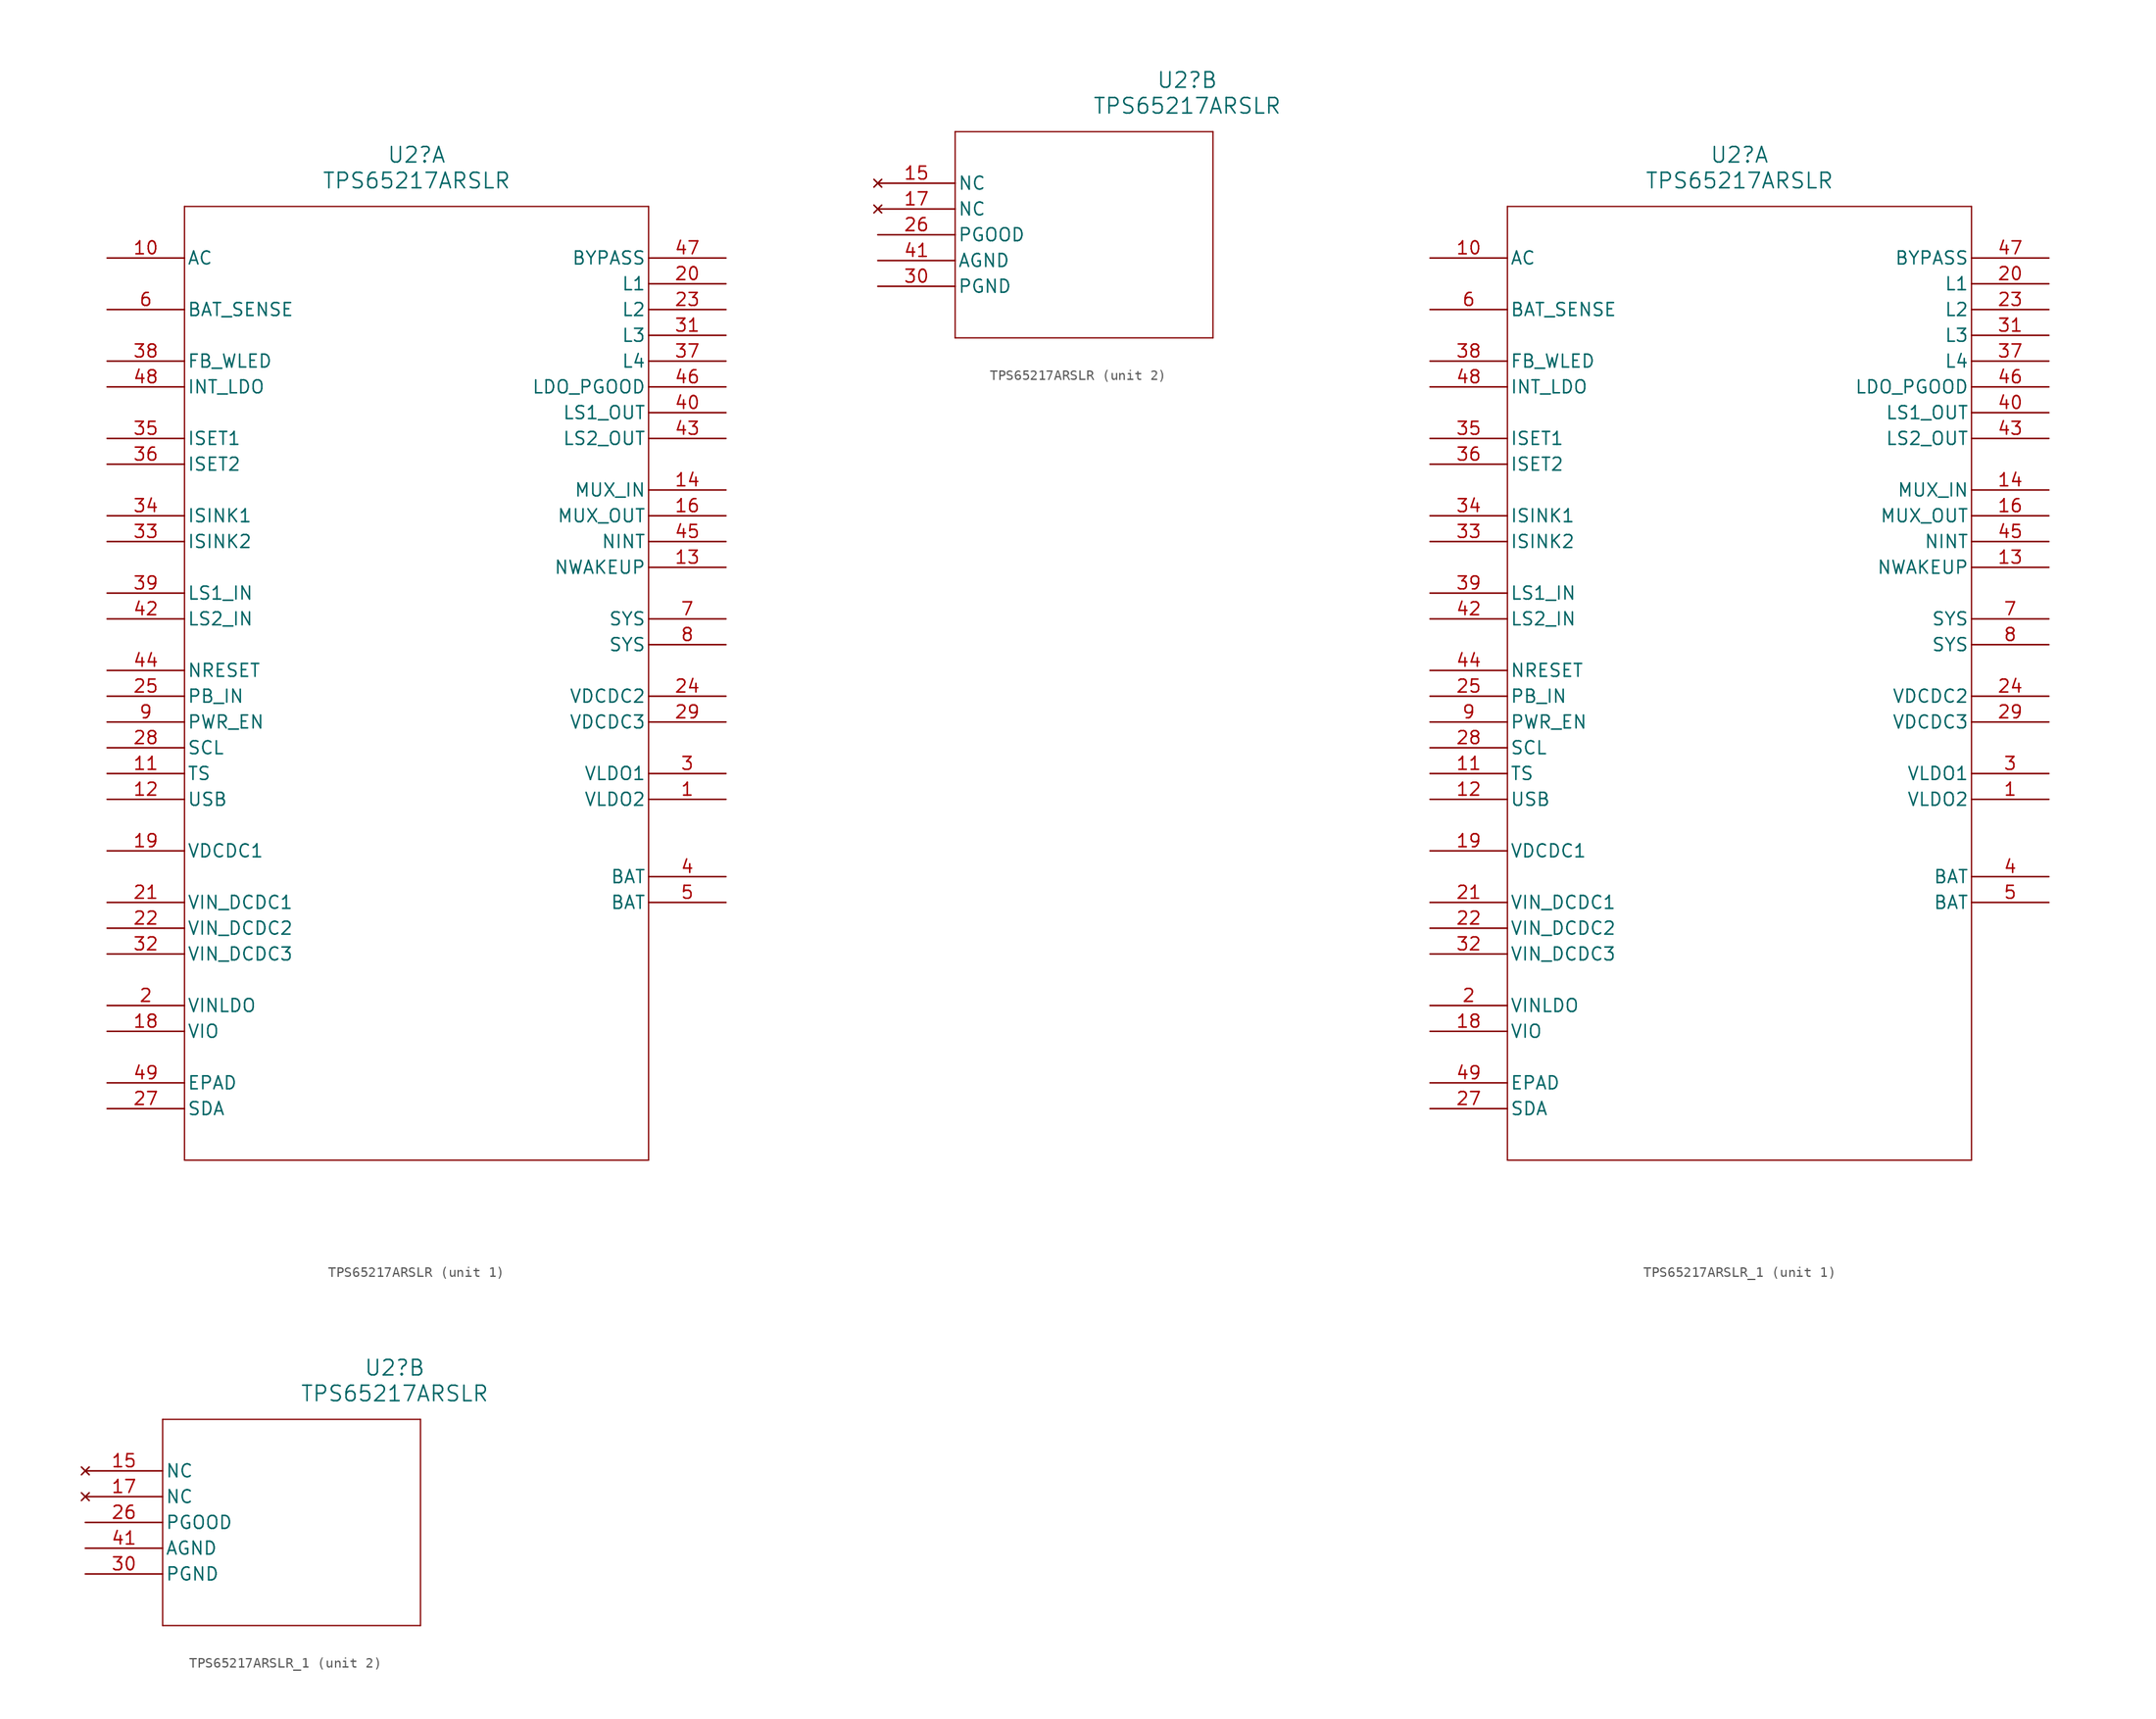
<source format=kicad_sym>
(kicad_symbol_lib
  (version 20231120)
  (generator "kicad_symbol_editor")
  (generator_version "8.0")
  (symbol "TPS65217ARSLR"
    (pin_names
      (offset 0.254))
    (property "Reference" "U2"
      (at 30.48 10.16 0)
      (effects (font (size 1.524 1.524))))
    (property "Value" "TPS65217ARSLR"
      (at 30.48 7.62 0)
      (effects (font (size 1.524 1.524))))
    (property "ki_locked" ""
      (at 0 0 0)
      (effects (font (size 1.27 1.27))))
    (symbol "TPS65217ARSLR_1_1"
      (polyline (pts (xy 7.62 -88.9) (xy 53.34 -88.9)) (stroke (width 0.127) (type default)) (fill (type none)))
      (polyline (pts (xy 7.62 5.08) (xy 7.62 -88.9)) (stroke (width 0.127) (type default)) (fill (type none)))
      (polyline (pts (xy 53.34 -88.9) (xy 53.34 5.08)) (stroke (width 0.127) (type default)) (fill (type none)))
      (polyline (pts (xy 53.34 5.08) (xy 7.62 5.08)) (stroke (width 0.127) (type default)) (fill (type none)))
      (pin power_out line (at 60.96 -53.34 180) (length 7.62) (name "VLDO2" (effects (font (size 1.27 1.27)))) (number "1" (effects (font (size 1.27 1.27)))))
      (pin input line (at 0 0 0) (length 7.62) (name "AC" (effects (font (size 1.27 1.27)))) (number "10" (effects (font (size 1.27 1.27)))))
      (pin input line (at 0 -50.8 0) (length 7.62) (name "TS" (effects (font (size 1.27 1.27)))) (number "11" (effects (font (size 1.27 1.27)))))
      (pin input line (at 0 -53.34 0) (length 7.62) (name "USB" (effects (font (size 1.27 1.27)))) (number "12" (effects (font (size 1.27 1.27)))))
      (pin output line (at 60.96 -30.48 180) (length 7.62) (name "NWAKEUP" (effects (font (size 1.27 1.27)))) (number "13" (effects (font (size 1.27 1.27)))))
      (pin output line (at 60.96 -22.86 180) (length 7.62) (name "MUX_IN" (effects (font (size 1.27 1.27)))) (number "14" (effects (font (size 1.27 1.27)))))
      (pin output line (at 60.96 -25.4 180) (length 7.62) (name "MUX_OUT" (effects (font (size 1.27 1.27)))) (number "16" (effects (font (size 1.27 1.27)))))
      (pin input line (at 0 -76.2 0) (length 7.62) (name "VIO" (effects (font (size 1.27 1.27)))) (number "18" (effects (font (size 1.27 1.27)))))
      (pin input line (at 0 -58.42 0) (length 7.62) (name "VDCDC1" (effects (font (size 1.27 1.27)))) (number "19" (effects (font (size 1.27 1.27)))))
      (pin input line (at 0 -73.66 0) (length 7.62) (name "VINLDO" (effects (font (size 1.27 1.27)))) (number "2" (effects (font (size 1.27 1.27)))))
      (pin output line (at 60.96 -2.54 180) (length 7.62) (name "L1" (effects (font (size 1.27 1.27)))) (number "20" (effects (font (size 1.27 1.27)))))
      (pin input line (at 0 -63.5 0) (length 7.62) (name "VIN_DCDC1" (effects (font (size 1.27 1.27)))) (number "21" (effects (font (size 1.27 1.27)))))
      (pin input line (at 0 -66.04 0) (length 7.62) (name "VIN_DCDC2" (effects (font (size 1.27 1.27)))) (number "22" (effects (font (size 1.27 1.27)))))
      (pin output line (at 60.96 -5.08 180) (length 7.62) (name "L2" (effects (font (size 1.27 1.27)))) (number "23" (effects (font (size 1.27 1.27)))))
      (pin power_out line (at 60.96 -43.18 180) (length 7.62) (name "VDCDC2" (effects (font (size 1.27 1.27)))) (number "24" (effects (font (size 1.27 1.27)))))
      (pin input line (at 0 -43.18 0) (length 7.62) (name "PB_IN" (effects (font (size 1.27 1.27)))) (number "25" (effects (font (size 1.27 1.27)))))
      (pin bidirectional line (at 0 -83.82 0) (length 7.62) (name "SDA" (effects (font (size 1.27 1.27)))) (number "27" (effects (font (size 1.27 1.27)))))
      (pin input line (at 0 -48.26 0) (length 7.62) (name "SCL" (effects (font (size 1.27 1.27)))) (number "28" (effects (font (size 1.27 1.27)))))
      (pin power_out line (at 60.96 -45.72 180) (length 7.62) (name "VDCDC3" (effects (font (size 1.27 1.27)))) (number "29" (effects (font (size 1.27 1.27)))))
      (pin power_out line (at 60.96 -50.8 180) (length 7.62) (name "VLDO1" (effects (font (size 1.27 1.27)))) (number "3" (effects (font (size 1.27 1.27)))))
      (pin output line (at 60.96 -7.62 180) (length 7.62) (name "L3" (effects (font (size 1.27 1.27)))) (number "31" (effects (font (size 1.27 1.27)))))
      (pin input line (at 0 -68.58 0) (length 7.62) (name "VIN_DCDC3" (effects (font (size 1.27 1.27)))) (number "32" (effects (font (size 1.27 1.27)))))
      (pin input line (at 0 -27.94 0) (length 7.62) (name "ISINK2" (effects (font (size 1.27 1.27)))) (number "33" (effects (font (size 1.27 1.27)))))
      (pin input line (at 0 -25.4 0) (length 7.62) (name "ISINK1" (effects (font (size 1.27 1.27)))) (number "34" (effects (font (size 1.27 1.27)))))
      (pin input line (at 0 -17.78 0) (length 7.62) (name "ISET1" (effects (font (size 1.27 1.27)))) (number "35" (effects (font (size 1.27 1.27)))))
      (pin input line (at 0 -20.32 0) (length 7.62) (name "ISET2" (effects (font (size 1.27 1.27)))) (number "36" (effects (font (size 1.27 1.27)))))
      (pin output line (at 60.96 -10.16 180) (length 7.62) (name "L4" (effects (font (size 1.27 1.27)))) (number "37" (effects (font (size 1.27 1.27)))))
      (pin input line (at 0 -10.16 0) (length 7.62) (name "FB_WLED" (effects (font (size 1.27 1.27)))) (number "38" (effects (font (size 1.27 1.27)))))
      (pin input line (at 0 -33.02 0) (length 7.62) (name "LS1_IN" (effects (font (size 1.27 1.27)))) (number "39" (effects (font (size 1.27 1.27)))))
      (pin bidirectional line (at 60.96 -60.96 180) (length 7.62) (name "BAT" (effects (font (size 1.27 1.27)))) (number "4" (effects (font (size 1.27 1.27)))))
      (pin power_out line (at 60.96 -15.24 180) (length 7.62) (name "LS1_OUT" (effects (font (size 1.27 1.27)))) (number "40" (effects (font (size 1.27 1.27)))))
      (pin input line (at 0 -35.56 0) (length 7.62) (name "LS2_IN" (effects (font (size 1.27 1.27)))) (number "42" (effects (font (size 1.27 1.27)))))
      (pin power_out line (at 60.96 -17.78 180) (length 7.62) (name "LS2_OUT" (effects (font (size 1.27 1.27)))) (number "43" (effects (font (size 1.27 1.27)))))
      (pin input line (at 0 -40.64 0) (length 7.62) (name "NRESET" (effects (font (size 1.27 1.27)))) (number "44" (effects (font (size 1.27 1.27)))))
      (pin output line (at 60.96 -27.94 180) (length 7.62) (name "NINT" (effects (font (size 1.27 1.27)))) (number "45" (effects (font (size 1.27 1.27)))))
      (pin output line (at 60.96 -12.7 180) (length 7.62) (name "LDO_PGOOD" (effects (font (size 1.27 1.27)))) (number "46" (effects (font (size 1.27 1.27)))))
      (pin output line (at 60.96 0 180) (length 7.62) (name "BYPASS" (effects (font (size 1.27 1.27)))) (number "47" (effects (font (size 1.27 1.27)))))
      (pin output line (at 0 -12.7 0) (length 7.62) (name "INT_LDO" (effects (font (size 1.27 1.27)))) (number "48" (effects (font (size 1.27 1.27)))))
      (pin power_in line (at 0 -81.28 0) (length 7.62) (name "EPAD" (effects (font (size 1.27 1.27)))) (number "49" (effects (font (size 1.27 1.27)))))
      (pin bidirectional line (at 60.96 -63.5 180) (length 7.62) (name "BAT" (effects (font (size 1.27 1.27)))) (number "5" (effects (font (size 1.27 1.27)))))
      (pin input line (at 0 -5.08 0) (length 7.62) (name "BAT_SENSE" (effects (font (size 1.27 1.27)))) (number "6" (effects (font (size 1.27 1.27)))))
      (pin power_out line (at 60.96 -35.56 180) (length 7.62) (name "SYS" (effects (font (size 1.27 1.27)))) (number "7" (effects (font (size 1.27 1.27)))))
      (pin power_out line (at 60.96 -38.1 180) (length 7.62) (name "SYS" (effects (font (size 1.27 1.27)))) (number "8" (effects (font (size 1.27 1.27)))))
      (pin input line (at 0 -45.72 0) (length 7.62) (name "PWR_EN" (effects (font (size 1.27 1.27)))) (number "9" (effects (font (size 1.27 1.27))))))
    (symbol "TPS65217ARSLR_2_1"
      (polyline (pts (xy 7.62 -15.24) (xy 33.02 -15.24)) (stroke (width 0.127) (type default)) (fill (type none)))
      (polyline (pts (xy 7.62 5.08) (xy 7.62 -15.24)) (stroke (width 0.127) (type default)) (fill (type none)))
      (polyline (pts (xy 33.02 -15.24) (xy 33.02 5.08)) (stroke (width 0.127) (type default)) (fill (type none)))
      (polyline (pts (xy 33.02 5.08) (xy 7.62 5.08)) (stroke (width 0.127) (type default)) (fill (type none)))
      (pin no_connect line (at 0 0 0) (length 7.62) (name "NC" (effects (font (size 1.27 1.27)))) (number "15" (effects (font (size 1.27 1.27)))))
      (pin no_connect line (at 0 -2.54 0) (length 7.62) (name "NC" (effects (font (size 1.27 1.27)))) (number "17" (effects (font (size 1.27 1.27)))))
      (pin output line (at 0 -5.08 0) (length 7.62) (name "PGOOD" (effects (font (size 1.27 1.27)))) (number "26" (effects (font (size 1.27 1.27)))))
      (pin power_in line (at 0 -10.16 0) (length 7.62) (name "PGND" (effects (font (size 1.27 1.27)))) (number "30" (effects (font (size 1.27 1.27)))))
      (pin power_in line (at 0 -7.62 0) (length 7.62) (name "AGND" (effects (font (size 1.27 1.27)))) (number "41" (effects (font (size 1.27 1.27)))))))
  (symbol "TPS65217ARSLR_1"
    (pin_names
      (offset 0.254))
    (property "Reference" "U2"
      (at 30.48 10.16 0)
      (effects (font (size 1.524 1.524))))
    (property "Value" "TPS65217ARSLR"
      (at 30.48 7.62 0)
      (effects (font (size 1.524 1.524))))
    (property "ki_locked" ""
      (at 0 0 0)
      (effects (font (size 1.27 1.27))))
    (symbol "TPS65217ARSLR_1_1_1"
      (polyline (pts (xy 7.62 -88.9) (xy 53.34 -88.9)) (stroke (width 0.127) (type default)) (fill (type none)))
      (polyline (pts (xy 7.62 5.08) (xy 7.62 -88.9)) (stroke (width 0.127) (type default)) (fill (type none)))
      (polyline (pts (xy 53.34 -88.9) (xy 53.34 5.08)) (stroke (width 0.127) (type default)) (fill (type none)))
      (polyline (pts (xy 53.34 5.08) (xy 7.62 5.08)) (stroke (width 0.127) (type default)) (fill (type none)))
      (pin power_out line (at 60.96 -53.34 180) (length 7.62) (name "VLDO2" (effects (font (size 1.27 1.27)))) (number "1" (effects (font (size 1.27 1.27)))))
      (pin input line (at 0 0 0) (length 7.62) (name "AC" (effects (font (size 1.27 1.27)))) (number "10" (effects (font (size 1.27 1.27)))))
      (pin input line (at 0 -50.8 0) (length 7.62) (name "TS" (effects (font (size 1.27 1.27)))) (number "11" (effects (font (size 1.27 1.27)))))
      (pin input line (at 0 -53.34 0) (length 7.62) (name "USB" (effects (font (size 1.27 1.27)))) (number "12" (effects (font (size 1.27 1.27)))))
      (pin output line (at 60.96 -30.48 180) (length 7.62) (name "NWAKEUP" (effects (font (size 1.27 1.27)))) (number "13" (effects (font (size 1.27 1.27)))))
      (pin output line (at 60.96 -22.86 180) (length 7.62) (name "MUX_IN" (effects (font (size 1.27 1.27)))) (number "14" (effects (font (size 1.27 1.27)))))
      (pin output line (at 60.96 -25.4 180) (length 7.62) (name "MUX_OUT" (effects (font (size 1.27 1.27)))) (number "16" (effects (font (size 1.27 1.27)))))
      (pin input line (at 0 -76.2 0) (length 7.62) (name "VIO" (effects (font (size 1.27 1.27)))) (number "18" (effects (font (size 1.27 1.27)))))
      (pin input line (at 0 -58.42 0) (length 7.62) (name "VDCDC1" (effects (font (size 1.27 1.27)))) (number "19" (effects (font (size 1.27 1.27)))))
      (pin input line (at 0 -73.66 0) (length 7.62) (name "VINLDO" (effects (font (size 1.27 1.27)))) (number "2" (effects (font (size 1.27 1.27)))))
      (pin output line (at 60.96 -2.54 180) (length 7.62) (name "L1" (effects (font (size 1.27 1.27)))) (number "20" (effects (font (size 1.27 1.27)))))
      (pin input line (at 0 -63.5 0) (length 7.62) (name "VIN_DCDC1" (effects (font (size 1.27 1.27)))) (number "21" (effects (font (size 1.27 1.27)))))
      (pin input line (at 0 -66.04 0) (length 7.62) (name "VIN_DCDC2" (effects (font (size 1.27 1.27)))) (number "22" (effects (font (size 1.27 1.27)))))
      (pin output line (at 60.96 -5.08 180) (length 7.62) (name "L2" (effects (font (size 1.27 1.27)))) (number "23" (effects (font (size 1.27 1.27)))))
      (pin power_out line (at 60.96 -43.18 180) (length 7.62) (name "VDCDC2" (effects (font (size 1.27 1.27)))) (number "24" (effects (font (size 1.27 1.27)))))
      (pin input line (at 0 -43.18 0) (length 7.62) (name "PB_IN" (effects (font (size 1.27 1.27)))) (number "25" (effects (font (size 1.27 1.27)))))
      (pin bidirectional line (at 0 -83.82 0) (length 7.62) (name "SDA" (effects (font (size 1.27 1.27)))) (number "27" (effects (font (size 1.27 1.27)))))
      (pin input line (at 0 -48.26 0) (length 7.62) (name "SCL" (effects (font (size 1.27 1.27)))) (number "28" (effects (font (size 1.27 1.27)))))
      (pin power_out line (at 60.96 -45.72 180) (length 7.62) (name "VDCDC3" (effects (font (size 1.27 1.27)))) (number "29" (effects (font (size 1.27 1.27)))))
      (pin power_out line (at 60.96 -50.8 180) (length 7.62) (name "VLDO1" (effects (font (size 1.27 1.27)))) (number "3" (effects (font (size 1.27 1.27)))))
      (pin output line (at 60.96 -7.62 180) (length 7.62) (name "L3" (effects (font (size 1.27 1.27)))) (number "31" (effects (font (size 1.27 1.27)))))
      (pin input line (at 0 -68.58 0) (length 7.62) (name "VIN_DCDC3" (effects (font (size 1.27 1.27)))) (number "32" (effects (font (size 1.27 1.27)))))
      (pin input line (at 0 -27.94 0) (length 7.62) (name "ISINK2" (effects (font (size 1.27 1.27)))) (number "33" (effects (font (size 1.27 1.27)))))
      (pin input line (at 0 -25.4 0) (length 7.62) (name "ISINK1" (effects (font (size 1.27 1.27)))) (number "34" (effects (font (size 1.27 1.27)))))
      (pin input line (at 0 -17.78 0) (length 7.62) (name "ISET1" (effects (font (size 1.27 1.27)))) (number "35" (effects (font (size 1.27 1.27)))))
      (pin input line (at 0 -20.32 0) (length 7.62) (name "ISET2" (effects (font (size 1.27 1.27)))) (number "36" (effects (font (size 1.27 1.27)))))
      (pin output line (at 60.96 -10.16 180) (length 7.62) (name "L4" (effects (font (size 1.27 1.27)))) (number "37" (effects (font (size 1.27 1.27)))))
      (pin input line (at 0 -10.16 0) (length 7.62) (name "FB_WLED" (effects (font (size 1.27 1.27)))) (number "38" (effects (font (size 1.27 1.27)))))
      (pin input line (at 0 -33.02 0) (length 7.62) (name "LS1_IN" (effects (font (size 1.27 1.27)))) (number "39" (effects (font (size 1.27 1.27)))))
      (pin bidirectional line (at 60.96 -60.96 180) (length 7.62) (name "BAT" (effects (font (size 1.27 1.27)))) (number "4" (effects (font (size 1.27 1.27)))))
      (pin power_out line (at 60.96 -15.24 180) (length 7.62) (name "LS1_OUT" (effects (font (size 1.27 1.27)))) (number "40" (effects (font (size 1.27 1.27)))))
      (pin input line (at 0 -35.56 0) (length 7.62) (name "LS2_IN" (effects (font (size 1.27 1.27)))) (number "42" (effects (font (size 1.27 1.27)))))
      (pin power_out line (at 60.96 -17.78 180) (length 7.62) (name "LS2_OUT" (effects (font (size 1.27 1.27)))) (number "43" (effects (font (size 1.27 1.27)))))
      (pin input line (at 0 -40.64 0) (length 7.62) (name "NRESET" (effects (font (size 1.27 1.27)))) (number "44" (effects (font (size 1.27 1.27)))))
      (pin output line (at 60.96 -27.94 180) (length 7.62) (name "NINT" (effects (font (size 1.27 1.27)))) (number "45" (effects (font (size 1.27 1.27)))))
      (pin output line (at 60.96 -12.7 180) (length 7.62) (name "LDO_PGOOD" (effects (font (size 1.27 1.27)))) (number "46" (effects (font (size 1.27 1.27)))))
      (pin output line (at 60.96 0 180) (length 7.62) (name "BYPASS" (effects (font (size 1.27 1.27)))) (number "47" (effects (font (size 1.27 1.27)))))
      (pin output line (at 0 -12.7 0) (length 7.62) (name "INT_LDO" (effects (font (size 1.27 1.27)))) (number "48" (effects (font (size 1.27 1.27)))))
      (pin power_in line (at 0 -81.28 0) (length 7.62) (name "EPAD" (effects (font (size 1.27 1.27)))) (number "49" (effects (font (size 1.27 1.27)))))
      (pin bidirectional line (at 60.96 -63.5 180) (length 7.62) (name "BAT" (effects (font (size 1.27 1.27)))) (number "5" (effects (font (size 1.27 1.27)))))
      (pin input line (at 0 -5.08 0) (length 7.62) (name "BAT_SENSE" (effects (font (size 1.27 1.27)))) (number "6" (effects (font (size 1.27 1.27)))))
      (pin power_out line (at 60.96 -35.56 180) (length 7.62) (name "SYS" (effects (font (size 1.27 1.27)))) (number "7" (effects (font (size 1.27 1.27)))))
      (pin power_out line (at 60.96 -38.1 180) (length 7.62) (name "SYS" (effects (font (size 1.27 1.27)))) (number "8" (effects (font (size 1.27 1.27)))))
      (pin input line (at 0 -45.72 0) (length 7.62) (name "PWR_EN" (effects (font (size 1.27 1.27)))) (number "9" (effects (font (size 1.27 1.27))))))
    (symbol "TPS65217ARSLR_1_2_1"
      (polyline (pts (xy 7.62 -15.24) (xy 33.02 -15.24)) (stroke (width 0.127) (type default)) (fill (type none)))
      (polyline (pts (xy 7.62 5.08) (xy 7.62 -15.24)) (stroke (width 0.127) (type default)) (fill (type none)))
      (polyline (pts (xy 33.02 -15.24) (xy 33.02 5.08)) (stroke (width 0.127) (type default)) (fill (type none)))
      (polyline (pts (xy 33.02 5.08) (xy 7.62 5.08)) (stroke (width 0.127) (type default)) (fill (type none)))
      (pin no_connect line (at 0 0 0) (length 7.62) (name "NC" (effects (font (size 1.27 1.27)))) (number "15" (effects (font (size 1.27 1.27)))))
      (pin no_connect line (at 0 -2.54 0) (length 7.62) (name "NC" (effects (font (size 1.27 1.27)))) (number "17" (effects (font (size 1.27 1.27)))))
      (pin output line (at 0 -5.08 0) (length 7.62) (name "PGOOD" (effects (font (size 1.27 1.27)))) (number "26" (effects (font (size 1.27 1.27)))))
      (pin power_in line (at 0 -10.16 0) (length 7.62) (name "PGND" (effects (font (size 1.27 1.27)))) (number "30" (effects (font (size 1.27 1.27)))))
      (pin power_in line (at 0 -7.62 0) (length 7.62) (name "AGND" (effects (font (size 1.27 1.27)))) (number "41" (effects (font (size 1.27 1.27))))))))
</source>
